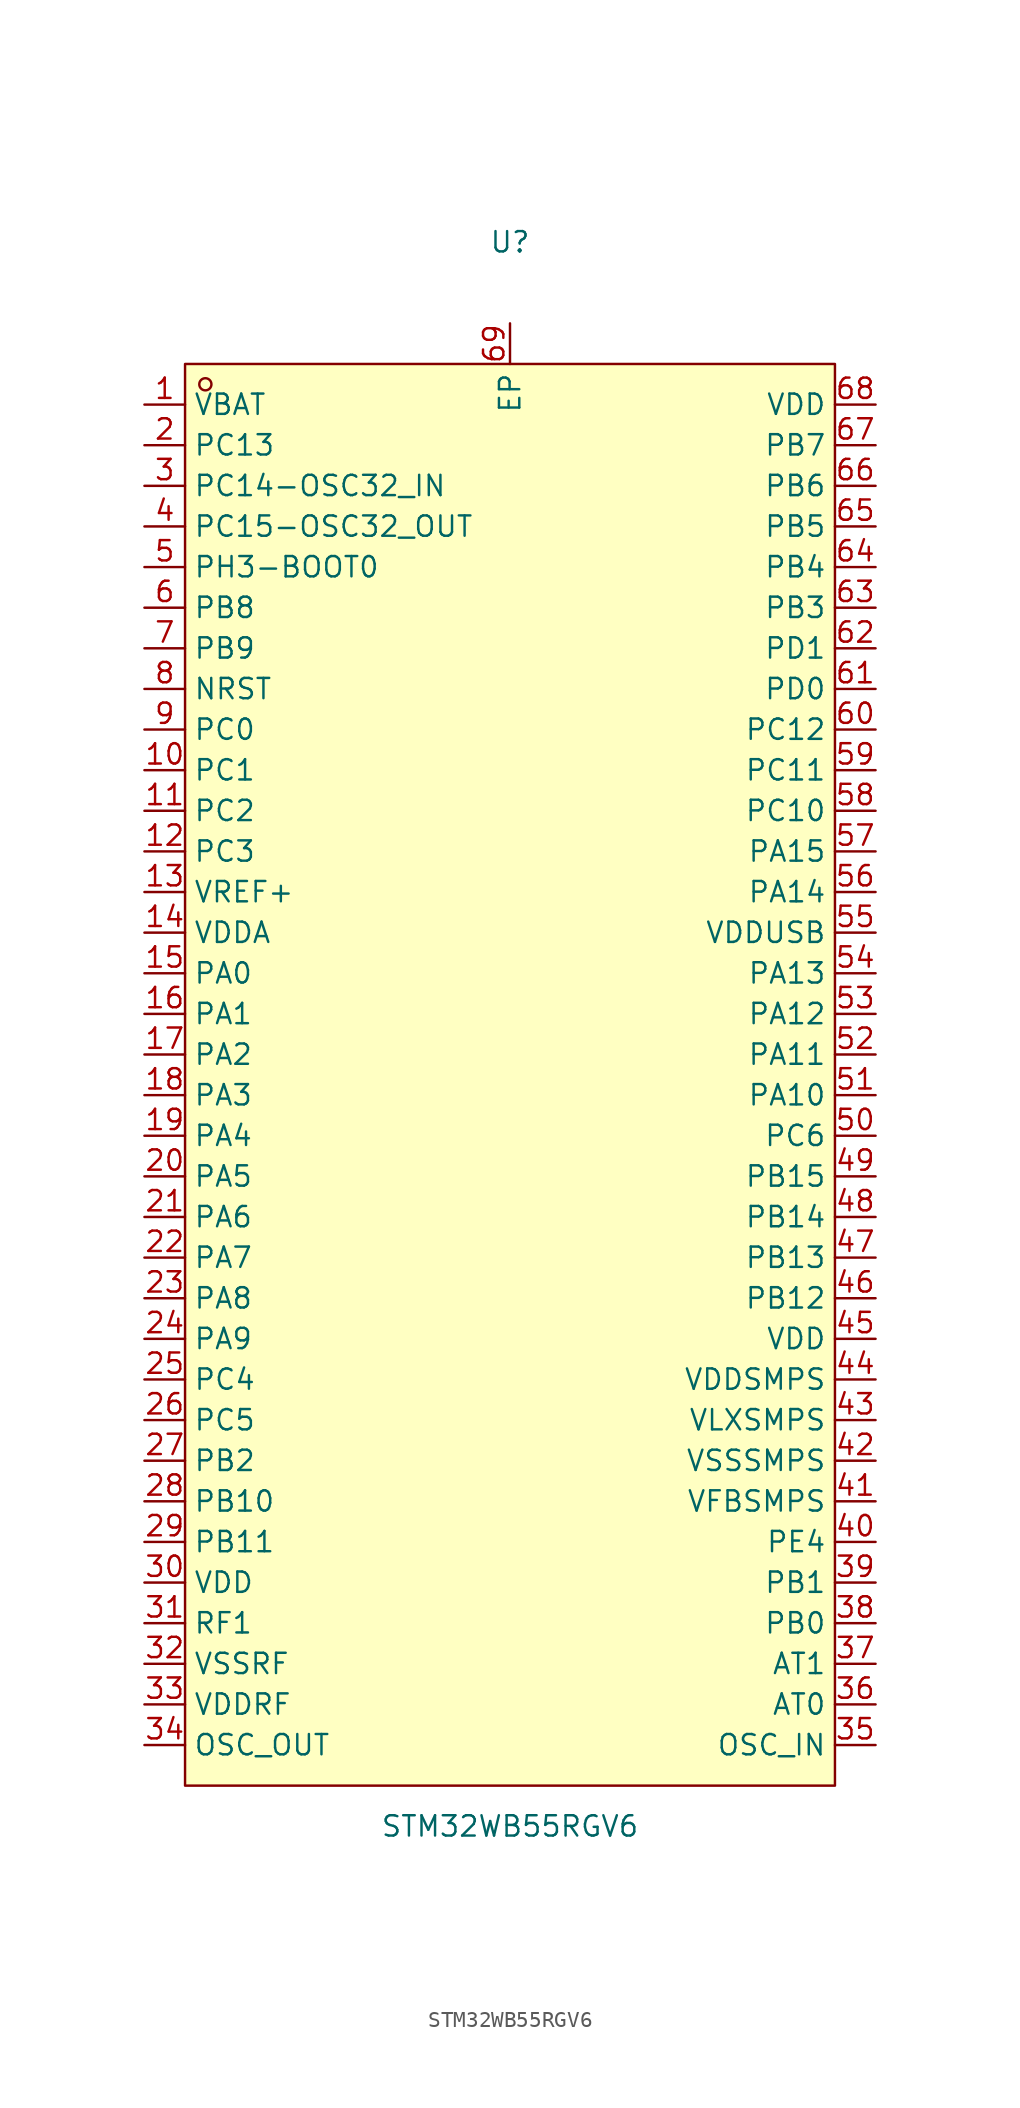
<source format=kicad_sym>
(kicad_symbol_lib
  (version 20211014)
  (generator https://github.com/uPesy/easyeda2kicad.py)
  (symbol "STM32WB55RGV6"
    (property "Reference" "U"
      (at 0 52.07 0)
      (effects (font (size 1.27 1.27))))
    (property "Value" "STM32WB55RGV6"
      (at 0 -46.99 0)
      (effects (font (size 1.27 1.27))))
    (symbol "STM32WB55RGV6_0_1"
      (rectangle (start -20.32 44.45) (end 20.32 -44.45) (stroke (width 0) (type default) (color 0 0 0 0)) (fill (type background)))
      (circle (center -19.05 43.18) (radius 0.38) (stroke (width 0) (type default) (color 0 0 0 0)) (fill (type none)))
      (pin unspecified line (at -22.86 41.91 0) (length 2.54) (name "VBAT" (effects (font (size 1.27 1.27)))) (number "1" (effects (font (size 1.27 1.27)))))
      (pin unspecified line (at -22.86 39.37 0) (length 2.54) (name "PC13" (effects (font (size 1.27 1.27)))) (number "2" (effects (font (size 1.27 1.27)))))
      (pin unspecified line (at -22.86 36.83 0) (length 2.54) (name "PC14-OSC32_IN" (effects (font (size 1.27 1.27)))) (number "3" (effects (font (size 1.27 1.27)))))
      (pin unspecified line (at -22.86 34.29 0) (length 2.54) (name "PC15-OSC32_OUT" (effects (font (size 1.27 1.27)))) (number "4" (effects (font (size 1.27 1.27)))))
      (pin unspecified line (at -22.86 31.75 0) (length 2.54) (name "PH3-BOOT0" (effects (font (size 1.27 1.27)))) (number "5" (effects (font (size 1.27 1.27)))))
      (pin unspecified line (at -22.86 29.21 0) (length 2.54) (name "PB8" (effects (font (size 1.27 1.27)))) (number "6" (effects (font (size 1.27 1.27)))))
      (pin unspecified line (at -22.86 26.67 0) (length 2.54) (name "PB9" (effects (font (size 1.27 1.27)))) (number "7" (effects (font (size 1.27 1.27)))))
      (pin unspecified line (at -22.86 24.13 0) (length 2.54) (name "NRST" (effects (font (size 1.27 1.27)))) (number "8" (effects (font (size 1.27 1.27)))))
      (pin unspecified line (at -22.86 21.59 0) (length 2.54) (name "PC0" (effects (font (size 1.27 1.27)))) (number "9" (effects (font (size 1.27 1.27)))))
      (pin unspecified line (at -22.86 19.05 0) (length 2.54) (name "PC1" (effects (font (size 1.27 1.27)))) (number "10" (effects (font (size 1.27 1.27)))))
      (pin unspecified line (at -22.86 16.51 0) (length 2.54) (name "PC2" (effects (font (size 1.27 1.27)))) (number "11" (effects (font (size 1.27 1.27)))))
      (pin unspecified line (at -22.86 13.97 0) (length 2.54) (name "PC3" (effects (font (size 1.27 1.27)))) (number "12" (effects (font (size 1.27 1.27)))))
      (pin unspecified line (at -22.86 11.43 0) (length 2.54) (name "VREF+" (effects (font (size 1.27 1.27)))) (number "13" (effects (font (size 1.27 1.27)))))
      (pin unspecified line (at -22.86 8.89 0) (length 2.54) (name "VDDA" (effects (font (size 1.27 1.27)))) (number "14" (effects (font (size 1.27 1.27)))))
      (pin unspecified line (at -22.86 6.35 0) (length 2.54) (name "PA0" (effects (font (size 1.27 1.27)))) (number "15" (effects (font (size 1.27 1.27)))))
      (pin unspecified line (at -22.86 3.81 0) (length 2.54) (name "PA1" (effects (font (size 1.27 1.27)))) (number "16" (effects (font (size 1.27 1.27)))))
      (pin unspecified line (at -22.86 1.27 0) (length 2.54) (name "PA2" (effects (font (size 1.27 1.27)))) (number "17" (effects (font (size 1.27 1.27)))))
      (pin unspecified line (at -22.86 -1.27 0) (length 2.54) (name "PA3" (effects (font (size 1.27 1.27)))) (number "18" (effects (font (size 1.27 1.27)))))
      (pin unspecified line (at -22.86 -3.81 0) (length 2.54) (name "PA4" (effects (font (size 1.27 1.27)))) (number "19" (effects (font (size 1.27 1.27)))))
      (pin unspecified line (at -22.86 -6.35 0) (length 2.54) (name "PA5" (effects (font (size 1.27 1.27)))) (number "20" (effects (font (size 1.27 1.27)))))
      (pin unspecified line (at -22.86 -8.89 0) (length 2.54) (name "PA6" (effects (font (size 1.27 1.27)))) (number "21" (effects (font (size 1.27 1.27)))))
      (pin unspecified line (at -22.86 -11.43 0) (length 2.54) (name "PA7" (effects (font (size 1.27 1.27)))) (number "22" (effects (font (size 1.27 1.27)))))
      (pin unspecified line (at -22.86 -13.97 0) (length 2.54) (name "PA8" (effects (font (size 1.27 1.27)))) (number "23" (effects (font (size 1.27 1.27)))))
      (pin unspecified line (at -22.86 -16.51 0) (length 2.54) (name "PA9" (effects (font (size 1.27 1.27)))) (number "24" (effects (font (size 1.27 1.27)))))
      (pin unspecified line (at -22.86 -19.05 0) (length 2.54) (name "PC4" (effects (font (size 1.27 1.27)))) (number "25" (effects (font (size 1.27 1.27)))))
      (pin unspecified line (at -22.86 -21.59 0) (length 2.54) (name "PC5" (effects (font (size 1.27 1.27)))) (number "26" (effects (font (size 1.27 1.27)))))
      (pin unspecified line (at -22.86 -24.13 0) (length 2.54) (name "PB2" (effects (font (size 1.27 1.27)))) (number "27" (effects (font (size 1.27 1.27)))))
      (pin unspecified line (at -22.86 -26.67 0) (length 2.54) (name "PB10" (effects (font (size 1.27 1.27)))) (number "28" (effects (font (size 1.27 1.27)))))
      (pin unspecified line (at -22.86 -29.21 0) (length 2.54) (name "PB11" (effects (font (size 1.27 1.27)))) (number "29" (effects (font (size 1.27 1.27)))))
      (pin unspecified line (at -22.86 -31.75 0) (length 2.54) (name "VDD" (effects (font (size 1.27 1.27)))) (number "30" (effects (font (size 1.27 1.27)))))
      (pin unspecified line (at -22.86 -34.29 0) (length 2.54) (name "RF1" (effects (font (size 1.27 1.27)))) (number "31" (effects (font (size 1.27 1.27)))))
      (pin unspecified line (at -22.86 -36.83 0) (length 2.54) (name "VSSRF" (effects (font (size 1.27 1.27)))) (number "32" (effects (font (size 1.27 1.27)))))
      (pin unspecified line (at -22.86 -39.37 0) (length 2.54) (name "VDDRF" (effects (font (size 1.27 1.27)))) (number "33" (effects (font (size 1.27 1.27)))))
      (pin unspecified line (at -22.86 -41.91 0) (length 2.54) (name "OSC_OUT" (effects (font (size 1.27 1.27)))) (number "34" (effects (font (size 1.27 1.27)))))
      (pin unspecified line (at 22.86 -41.91 180) (length 2.54) (name "OSC_IN" (effects (font (size 1.27 1.27)))) (number "35" (effects (font (size 1.27 1.27)))))
      (pin unspecified line (at 22.86 -39.37 180) (length 2.54) (name "AT0" (effects (font (size 1.27 1.27)))) (number "36" (effects (font (size 1.27 1.27)))))
      (pin unspecified line (at 22.86 -36.83 180) (length 2.54) (name "AT1" (effects (font (size 1.27 1.27)))) (number "37" (effects (font (size 1.27 1.27)))))
      (pin unspecified line (at 22.86 -34.29 180) (length 2.54) (name "PB0" (effects (font (size 1.27 1.27)))) (number "38" (effects (font (size 1.27 1.27)))))
      (pin unspecified line (at 22.86 -31.75 180) (length 2.54) (name "PB1" (effects (font (size 1.27 1.27)))) (number "39" (effects (font (size 1.27 1.27)))))
      (pin unspecified line (at 22.86 -29.21 180) (length 2.54) (name "PE4" (effects (font (size 1.27 1.27)))) (number "40" (effects (font (size 1.27 1.27)))))
      (pin unspecified line (at 22.86 -26.67 180) (length 2.54) (name "VFBSMPS" (effects (font (size 1.27 1.27)))) (number "41" (effects (font (size 1.27 1.27)))))
      (pin unspecified line (at 22.86 -24.13 180) (length 2.54) (name "VSSSMPS" (effects (font (size 1.27 1.27)))) (number "42" (effects (font (size 1.27 1.27)))))
      (pin unspecified line (at 22.86 -21.59 180) (length 2.54) (name "VLXSMPS" (effects (font (size 1.27 1.27)))) (number "43" (effects (font (size 1.27 1.27)))))
      (pin unspecified line (at 22.86 -19.05 180) (length 2.54) (name "VDDSMPS" (effects (font (size 1.27 1.27)))) (number "44" (effects (font (size 1.27 1.27)))))
      (pin unspecified line (at 22.86 -16.51 180) (length 2.54) (name "VDD" (effects (font (size 1.27 1.27)))) (number "45" (effects (font (size 1.27 1.27)))))
      (pin unspecified line (at 22.86 -13.97 180) (length 2.54) (name "PB12" (effects (font (size 1.27 1.27)))) (number "46" (effects (font (size 1.27 1.27)))))
      (pin unspecified line (at 22.86 -11.43 180) (length 2.54) (name "PB13" (effects (font (size 1.27 1.27)))) (number "47" (effects (font (size 1.27 1.27)))))
      (pin unspecified line (at 22.86 -8.89 180) (length 2.54) (name "PB14" (effects (font (size 1.27 1.27)))) (number "48" (effects (font (size 1.27 1.27)))))
      (pin unspecified line (at 22.86 -6.35 180) (length 2.54) (name "PB15" (effects (font (size 1.27 1.27)))) (number "49" (effects (font (size 1.27 1.27)))))
      (pin unspecified line (at 22.86 -3.81 180) (length 2.54) (name "PC6" (effects (font (size 1.27 1.27)))) (number "50" (effects (font (size 1.27 1.27)))))
      (pin unspecified line (at 22.86 -1.27 180) (length 2.54) (name "PA10" (effects (font (size 1.27 1.27)))) (number "51" (effects (font (size 1.27 1.27)))))
      (pin unspecified line (at 22.86 1.27 180) (length 2.54) (name "PA11" (effects (font (size 1.27 1.27)))) (number "52" (effects (font (size 1.27 1.27)))))
      (pin unspecified line (at 22.86 3.81 180) (length 2.54) (name "PA12" (effects (font (size 1.27 1.27)))) (number "53" (effects (font (size 1.27 1.27)))))
      (pin unspecified line (at 22.86 6.35 180) (length 2.54) (name "PA13" (effects (font (size 1.27 1.27)))) (number "54" (effects (font (size 1.27 1.27)))))
      (pin unspecified line (at 22.86 8.89 180) (length 2.54) (name "VDDUSB" (effects (font (size 1.27 1.27)))) (number "55" (effects (font (size 1.27 1.27)))))
      (pin unspecified line (at 22.86 11.43 180) (length 2.54) (name "PA14" (effects (font (size 1.27 1.27)))) (number "56" (effects (font (size 1.27 1.27)))))
      (pin unspecified line (at 22.86 13.97 180) (length 2.54) (name "PA15" (effects (font (size 1.27 1.27)))) (number "57" (effects (font (size 1.27 1.27)))))
      (pin unspecified line (at 22.86 16.51 180) (length 2.54) (name "PC10" (effects (font (size 1.27 1.27)))) (number "58" (effects (font (size 1.27 1.27)))))
      (pin unspecified line (at 22.86 19.05 180) (length 2.54) (name "PC11" (effects (font (size 1.27 1.27)))) (number "59" (effects (font (size 1.27 1.27)))))
      (pin unspecified line (at 22.86 21.59 180) (length 2.54) (name "PC12" (effects (font (size 1.27 1.27)))) (number "60" (effects (font (size 1.27 1.27)))))
      (pin unspecified line (at 22.86 24.13 180) (length 2.54) (name "PD0" (effects (font (size 1.27 1.27)))) (number "61" (effects (font (size 1.27 1.27)))))
      (pin unspecified line (at 22.86 26.67 180) (length 2.54) (name "PD1" (effects (font (size 1.27 1.27)))) (number "62" (effects (font (size 1.27 1.27)))))
      (pin unspecified line (at 22.86 29.21 180) (length 2.54) (name "PB3" (effects (font (size 1.27 1.27)))) (number "63" (effects (font (size 1.27 1.27)))))
      (pin unspecified line (at 22.86 31.75 180) (length 2.54) (name "PB4" (effects (font (size 1.27 1.27)))) (number "64" (effects (font (size 1.27 1.27)))))
      (pin unspecified line (at 22.86 34.29 180) (length 2.54) (name "PB5" (effects (font (size 1.27 1.27)))) (number "65" (effects (font (size 1.27 1.27)))))
      (pin unspecified line (at 22.86 36.83 180) (length 2.54) (name "PB6" (effects (font (size 1.27 1.27)))) (number "66" (effects (font (size 1.27 1.27)))))
      (pin unspecified line (at 22.86 39.37 180) (length 2.54) (name "PB7" (effects (font (size 1.27 1.27)))) (number "67" (effects (font (size 1.27 1.27)))))
      (pin unspecified line (at 22.86 41.91 180) (length 2.54) (name "VDD" (effects (font (size 1.27 1.27)))) (number "68" (effects (font (size 1.27 1.27)))))
      (pin unspecified line (at 0.00 46.99 270) (length 2.54) (name "EP" (effects (font (size 1.27 1.27)))) (number "69" (effects (font (size 1.27 1.27))))))))
</source>
